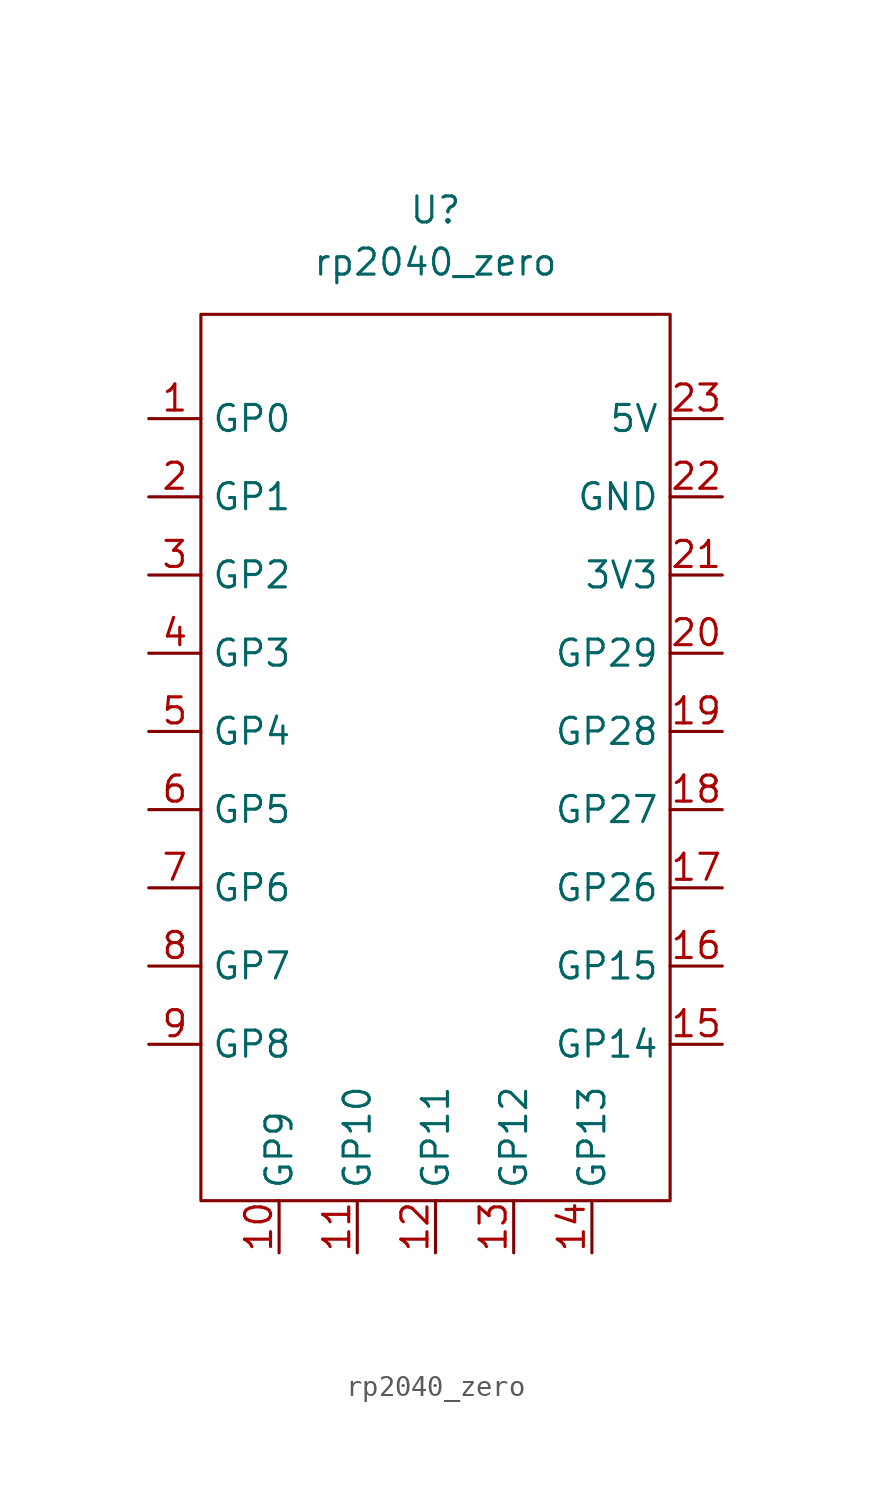
<source format=kicad_sym>
(kicad_symbol_lib
  (version 20211014)
  (generator kicad_symbol_editor)
  (symbol "rp2040_zero"
    (property "Reference" "U"
      (at 0 25.4 0)
      (effects (font (size 1.27 1.27))))
    (property "Value" "rp2040_zero"
      (at 0 22.86 0)
      (effects (font (size 1.27 1.27))))
    (symbol "rp2040_zero_0_1"
      (rectangle (start -11.43 20.32) (end 11.43 -22.86) (stroke (width 0) (type default) (color 0 0 0 0)) (fill (type none))))
    (symbol "rp2040_zero_1_1"
      (pin unspecified line (at -13.97 15.24 0) (length 2.54) (name "GP0" (effects (font (size 1.27 1.27)))) (number "1" (effects (font (size 1.27 1.27)))))
      (pin unspecified line (at -7.62 -25.4 90) (length 2.54) (name "GP9" (effects (font (size 1.27 1.27)))) (number "10" (effects (font (size 1.27 1.27)))))
      (pin unspecified line (at -3.81 -25.4 90) (length 2.54) (name "GP10" (effects (font (size 1.27 1.27)))) (number "11" (effects (font (size 1.27 1.27)))))
      (pin unspecified line (at 0 -25.4 90) (length 2.54) (name "GP11" (effects (font (size 1.27 1.27)))) (number "12" (effects (font (size 1.27 1.27)))))
      (pin unspecified line (at 3.81 -25.4 90) (length 2.54) (name "GP12" (effects (font (size 1.27 1.27)))) (number "13" (effects (font (size 1.27 1.27)))))
      (pin unspecified line (at 7.62 -25.4 90) (length 2.54) (name "GP13" (effects (font (size 1.27 1.27)))) (number "14" (effects (font (size 1.27 1.27)))))
      (pin unspecified line (at 13.97 -15.24 180) (length 2.54) (name "GP14" (effects (font (size 1.27 1.27)))) (number "15" (effects (font (size 1.27 1.27)))))
      (pin unspecified line (at 13.97 -11.43 180) (length 2.54) (name "GP15" (effects (font (size 1.27 1.27)))) (number "16" (effects (font (size 1.27 1.27)))))
      (pin unspecified line (at 13.97 -7.62 180) (length 2.54) (name "GP26" (effects (font (size 1.27 1.27)))) (number "17" (effects (font (size 1.27 1.27)))))
      (pin unspecified line (at 13.97 -3.81 180) (length 2.54) (name "GP27" (effects (font (size 1.27 1.27)))) (number "18" (effects (font (size 1.27 1.27)))))
      (pin unspecified line (at 13.97 0 180) (length 2.54) (name "GP28" (effects (font (size 1.27 1.27)))) (number "19" (effects (font (size 1.27 1.27)))))
      (pin unspecified line (at -13.97 11.43 0) (length 2.54) (name "GP1" (effects (font (size 1.27 1.27)))) (number "2" (effects (font (size 1.27 1.27)))))
      (pin unspecified line (at 13.97 3.81 180) (length 2.54) (name "GP29" (effects (font (size 1.27 1.27)))) (number "20" (effects (font (size 1.27 1.27)))))
      (pin power_out line (at 13.97 7.62 180) (length 2.54) (name "3V3" (effects (font (size 1.27 1.27)))) (number "21" (effects (font (size 1.27 1.27)))))
      (pin unspecified line (at 13.97 11.43 180) (length 2.54) (name "GND" (effects (font (size 1.27 1.27)))) (number "22" (effects (font (size 1.27 1.27)))))
      (pin power_out line (at 13.97 15.24 180) (length 2.54) (name "5V" (effects (font (size 1.27 1.27)))) (number "23" (effects (font (size 1.27 1.27)))))
      (pin unspecified line (at -13.97 7.62 0) (length 2.54) (name "GP2" (effects (font (size 1.27 1.27)))) (number "3" (effects (font (size 1.27 1.27)))))
      (pin unspecified line (at -13.97 3.81 0) (length 2.54) (name "GP3" (effects (font (size 1.27 1.27)))) (number "4" (effects (font (size 1.27 1.27)))))
      (pin unspecified line (at -13.97 0 0) (length 2.54) (name "GP4" (effects (font (size 1.27 1.27)))) (number "5" (effects (font (size 1.27 1.27)))))
      (pin unspecified line (at -13.97 -3.81 0) (length 2.54) (name "GP5" (effects (font (size 1.27 1.27)))) (number "6" (effects (font (size 1.27 1.27)))))
      (pin unspecified line (at -13.97 -7.62 0) (length 2.54) (name "GP6" (effects (font (size 1.27 1.27)))) (number "7" (effects (font (size 1.27 1.27)))))
      (pin unspecified line (at -13.97 -11.43 0) (length 2.54) (name "GP7" (effects (font (size 1.27 1.27)))) (number "8" (effects (font (size 1.27 1.27)))))
      (pin unspecified line (at -13.97 -15.24 0) (length 2.54) (name "GP8" (effects (font (size 1.27 1.27)))) (number "9" (effects (font (size 1.27 1.27))))))))
</source>
